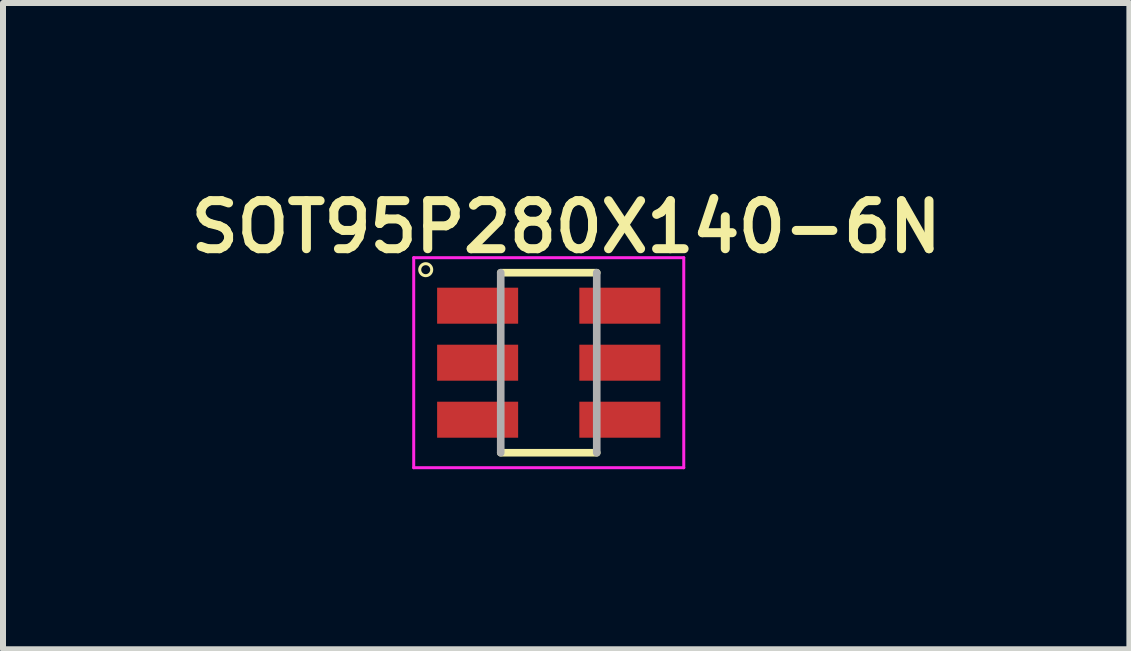
<source format=kicad_pcb>
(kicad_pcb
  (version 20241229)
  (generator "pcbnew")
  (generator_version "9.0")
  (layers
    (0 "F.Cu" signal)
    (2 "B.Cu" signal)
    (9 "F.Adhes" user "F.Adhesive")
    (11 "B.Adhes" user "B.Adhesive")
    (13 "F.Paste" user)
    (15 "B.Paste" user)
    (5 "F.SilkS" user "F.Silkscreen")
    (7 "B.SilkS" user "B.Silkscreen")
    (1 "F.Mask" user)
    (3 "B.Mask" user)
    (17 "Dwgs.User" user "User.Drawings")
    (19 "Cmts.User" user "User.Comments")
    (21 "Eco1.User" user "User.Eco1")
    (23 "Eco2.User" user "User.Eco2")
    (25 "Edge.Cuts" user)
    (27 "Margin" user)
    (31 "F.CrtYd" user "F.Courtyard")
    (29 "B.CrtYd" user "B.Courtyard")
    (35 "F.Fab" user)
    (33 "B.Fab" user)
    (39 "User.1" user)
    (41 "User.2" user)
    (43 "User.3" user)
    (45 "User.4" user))
  (footprint "SOT95P280X140-6N"
    (layer "F.Cu")
    (at 6.094 2.994)
    (property "Reference" "SOT95P280X140-6N" (at 0.291 -2.262 0) (layer "F.SilkS") (effects (font (size 0.801 0.801) (thickness 0.15))))
    (attr smd)
    (fp_line (start -0.8 -1.5) (end 0.8 -1.5) (stroke (width 0.127) (type solid)) (layer "F.SilkS"))
    (fp_line (start 0.8 1.5) (end -0.8 1.5) (stroke (width 0.127) (type solid)) (layer "F.SilkS"))
    (fp_circle (center -2.05 -1.55) (end -1.95 -1.55) (stroke (width 0.05) (type solid)) (fill no) (layer "F.SilkS"))
    (fp_line (start -2.25 -1.75) (end 2.25 -1.75) (stroke (width 0.05) (type solid)) (layer "F.CrtYd"))
    (fp_line (start -2.25 1.75) (end -2.25 -1.75) (stroke (width 0.05) (type solid)) (layer "F.CrtYd"))
    (fp_line (start 2.25 -1.75) (end 2.25 1.75) (stroke (width 0.05) (type solid)) (layer "F.CrtYd"))
    (fp_line (start 2.25 1.75) (end -2.25 1.75) (stroke (width 0.05) (type solid)) (layer "F.CrtYd"))
    (fp_line (start -0.8 1.5) (end -0.8 -1.5) (stroke (width 0.127) (type solid)) (layer "F.Fab"))
    (fp_line (start 0.8 -1.5) (end 0.8 1.5) (stroke (width 0.127) (type solid)) (layer "F.Fab"))
    (pad "1" smd rect (at -1.185 -0.95) (size 1.35 0.6) (layers "F.Cu" "F.Mask" "F.Paste"))
    (pad "2" smd rect (at -1.185 0) (size 1.35 0.6) (layers "F.Cu" "F.Mask" "F.Paste"))
    (pad "3" smd rect (at -1.185 0.95) (size 1.35 0.6) (layers "F.Cu" "F.Mask" "F.Paste"))
    (pad "4" smd rect (at 1.185 0.95) (size 1.35 0.6) (layers "F.Cu" "F.Mask" "F.Paste"))
    (pad "5" smd rect (at 1.185 0) (size 1.35 0.6) (layers "F.Cu" "F.Mask" "F.Paste"))
    (pad "6" smd rect (at 1.185 -0.95) (size 1.35 0.6) (layers "F.Cu" "F.Mask" "F.Paste")))
  (gr_rect
    (start -3 -3)
    (end 15.77 7.769)
    (stroke (width 0.1) (type default))
    (fill no)
    (layer "Edge.Cuts")))
</source>
